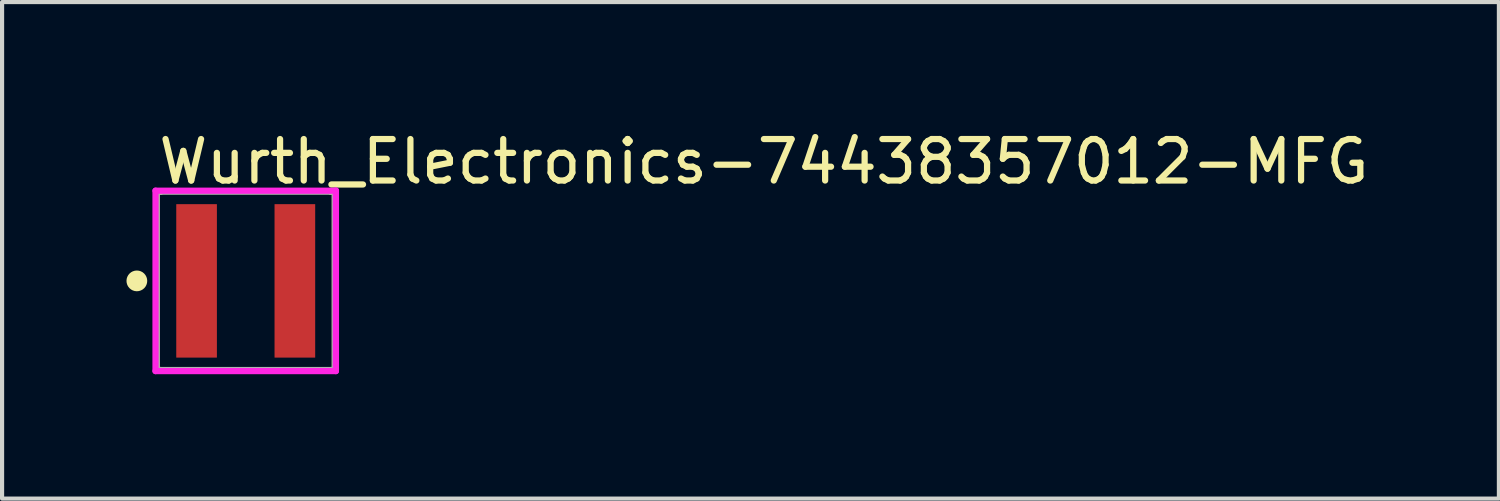
<source format=kicad_pcb>
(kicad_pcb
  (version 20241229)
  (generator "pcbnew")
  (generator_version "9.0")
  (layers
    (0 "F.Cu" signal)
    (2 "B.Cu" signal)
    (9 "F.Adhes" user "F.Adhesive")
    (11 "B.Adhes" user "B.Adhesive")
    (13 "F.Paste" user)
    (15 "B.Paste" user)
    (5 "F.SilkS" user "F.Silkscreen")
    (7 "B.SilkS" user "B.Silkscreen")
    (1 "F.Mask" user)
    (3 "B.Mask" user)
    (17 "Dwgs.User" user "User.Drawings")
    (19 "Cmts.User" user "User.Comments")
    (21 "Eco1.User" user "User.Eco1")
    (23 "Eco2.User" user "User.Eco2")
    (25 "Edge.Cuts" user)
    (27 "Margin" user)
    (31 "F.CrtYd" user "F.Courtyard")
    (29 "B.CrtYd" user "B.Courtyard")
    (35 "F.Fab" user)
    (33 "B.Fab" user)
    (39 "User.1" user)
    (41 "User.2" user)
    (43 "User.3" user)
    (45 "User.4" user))
  (footprint "Wurth_Electronics-74438357012-MFG"
    (layer "F.Cu")
    (at 2.875 3.723)
    (property "Reference" "Wurth_Electronics-74438357012-MFG" (at -2.175 -2.875 0) (layer "F.SilkS") (effects (font (size 1 1) (thickness 0.15)) (justify left)))
    (attr through_hole)
    (fp_line (start -2.15 -2.15) (end -2.05 -2.15) (stroke (width 0.15) (type solid)) (layer "F.SilkS"))
    (fp_line (start -2.15 2.15) (end -2.15 -2.15) (stroke (width 0.15) (type solid)) (layer "F.SilkS"))
    (fp_line (start -2.15 2.15) (end -2.05 2.15) (stroke (width 0.15) (type solid)) (layer "F.SilkS"))
    (fp_line (start 2.05 -2.15) (end 2.15 -2.15) (stroke (width 0.15) (type solid)) (layer "F.SilkS"))
    (fp_line (start 2.05 2.15) (end 2.15 2.15) (stroke (width 0.15) (type solid)) (layer "F.SilkS"))
    (fp_line (start 2.15 2.15) (end 2.15 -2.15) (stroke (width 0.15) (type solid)) (layer "F.SilkS"))
    (fp_circle (center -2.625 0) (end -2.5 0) (stroke (width 0.25) (type solid)) (fill no) (layer "F.SilkS"))
    (fp_line (start -2.175 -2.175) (end -2.175 2.175) (stroke (width 0.15) (type solid)) (layer "F.CrtYd"))
    (fp_line (start -2.175 2.175) (end 2.175 2.175) (stroke (width 0.15) (type solid)) (layer "F.CrtYd"))
    (fp_line (start 2.175 -2.175) (end -2.175 -2.175) (stroke (width 0.15) (type solid)) (layer "F.CrtYd"))
    (fp_line (start 2.175 -2.175) (end 2.175 -2.175) (stroke (width 0.15) (type solid)) (layer "F.CrtYd"))
    (fp_line (start 2.175 2.175) (end 2.175 -2.175) (stroke (width 0.15) (type solid)) (layer "F.CrtYd"))
    (fp_line (start -2.15 -2.15) (end 2.15 -2.15) (stroke (width 0.15) (type solid)) (layer "F.Fab"))
    (fp_line (start -2.15 2.15) (end -2.15 -2.15) (stroke (width 0.15) (type solid)) (layer "F.Fab"))
    (fp_line (start 2.15 -2.15) (end 2.15 2.15) (stroke (width 0.15) (type solid)) (layer "F.Fab"))
    (fp_line (start 2.15 2.15) (end -2.15 2.15) (stroke (width 0.15) (type solid)) (layer "F.Fab"))
    (pad "1" smd rect (at -1.185 0) (size 0.98 3.7) (layers "F.Cu" "F.Mask" "F.Paste"))
    (pad "2" smd rect (at 1.185 0) (size 0.98 3.7) (layers "F.Cu" "F.Mask" "F.Paste")))
  (gr_rect
    (start -3 -3)
    (end 33.093 8.973)
    (stroke (width 0.1) (type default))
    (fill no)
    (layer "Edge.Cuts")))
</source>
